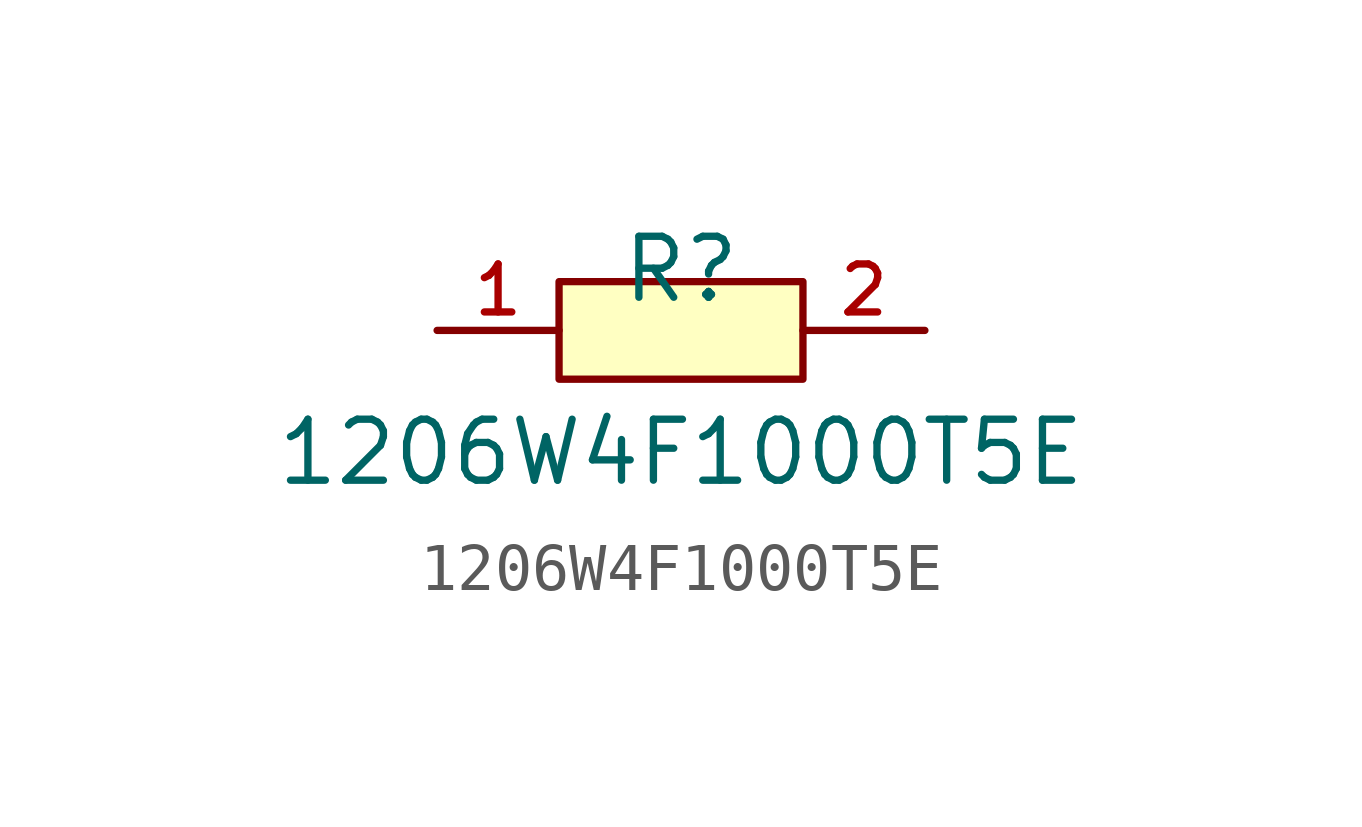
<source format=kicad_sym>
(kicad_symbol_lib
  (version 20210201)
  (generator TousstNicolas/JLC2KiCad_lib)
  (symbol "1206W4F1000T5E"
    (pin_names hide)
    (property "Reference" "R"
      (at 0 1.27 0)
      (effects (font (size 1.27 1.27))))
    (property "Value" "1206W4F1000T5E"
      (at 0 -2.54 0)
      (effects (font (size 1.27 1.27))))
    (symbol "1206W4F1000T5E_0_1"
      (pin input line (at 5.08 -0.0 180) (length 2.54) (name "2" (effects (font (size 1 1)))) (number "2" (effects (font (size 1 1)))))
      (pin input line (at -5.08 -0.0 0) (length 2.54) (name "1" (effects (font (size 1 1)))) (number "1" (effects (font (size 1 1)))))
      (rectangle (start -2.54 1.016) (end 2.54 -1.016) (stroke (width 0) (type default) (color 0 0 0 0)) (fill (type background))))))
</source>
